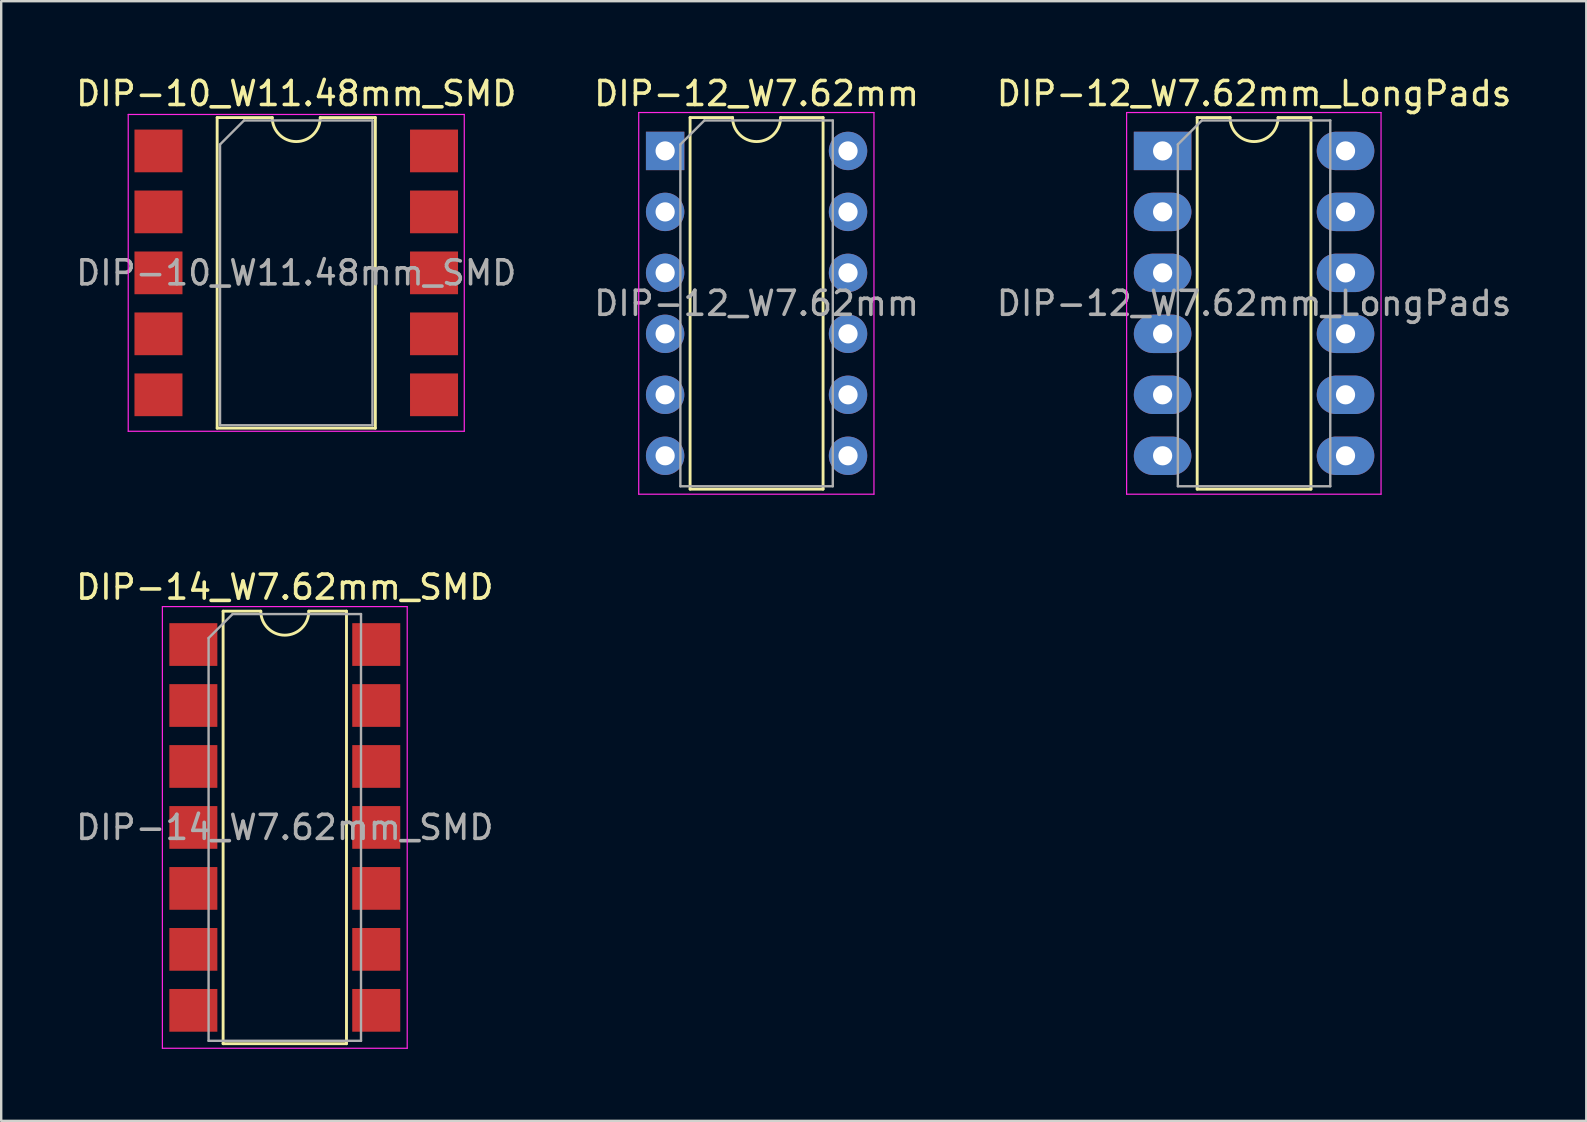
<source format=kicad_pcb>
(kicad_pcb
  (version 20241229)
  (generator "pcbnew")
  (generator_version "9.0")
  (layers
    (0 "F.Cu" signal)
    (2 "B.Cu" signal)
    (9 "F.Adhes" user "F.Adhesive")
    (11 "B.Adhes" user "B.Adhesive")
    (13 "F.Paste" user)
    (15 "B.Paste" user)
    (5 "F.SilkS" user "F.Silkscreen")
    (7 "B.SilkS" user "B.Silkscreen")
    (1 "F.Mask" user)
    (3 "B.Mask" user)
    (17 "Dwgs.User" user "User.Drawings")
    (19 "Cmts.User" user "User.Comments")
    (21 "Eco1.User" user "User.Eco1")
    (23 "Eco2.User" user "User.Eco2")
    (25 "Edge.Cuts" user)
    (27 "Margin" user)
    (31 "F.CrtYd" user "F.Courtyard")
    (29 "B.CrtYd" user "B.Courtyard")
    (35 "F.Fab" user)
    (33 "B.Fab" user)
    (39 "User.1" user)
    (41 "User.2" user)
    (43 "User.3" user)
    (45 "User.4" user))
  (footprint "DIP-12_W7.62mm_LongPads"
    (layer "F.Cu")
    (at 45.386 3.238)
    (property "Reference" "DIP-12_W7.62mm_LongPads" (at 3.81 -2.39 0) (layer "F.SilkS") (effects (font (size 1 1) (thickness 0.15))))
    (attr through_hole)
    (fp_line (start 1.44 -1.39) (end 1.44 14.09) (stroke (width 0.12) (type solid)) (layer "F.SilkS"))
    (fp_line (start 1.44 14.09) (end 6.18 14.09) (stroke (width 0.12) (type solid)) (layer "F.SilkS"))
    (fp_line (start 2.81 -1.39) (end 1.44 -1.39) (stroke (width 0.12) (type solid)) (layer "F.SilkS"))
    (fp_line (start 6.18 -1.39) (end 4.81 -1.39) (stroke (width 0.12) (type solid)) (layer "F.SilkS"))
    (fp_line (start 6.18 14.09) (end 6.18 -1.39) (stroke (width 0.12) (type solid)) (layer "F.SilkS"))
    (fp_arc (start 4.81 -1.39) (mid 3.81 -0.39) (end 2.81 -1.39) (stroke (width 0.12) (type solid)) (layer "F.SilkS"))
    (fp_line (start -1.5 -1.6) (end -1.5 14.3) (stroke (width 0.05) (type solid)) (layer "F.CrtYd"))
    (fp_line (start -1.5 14.3) (end 9.1 14.3) (stroke (width 0.05) (type solid)) (layer "F.CrtYd"))
    (fp_line (start 9.1 -1.6) (end -1.5 -1.6) (stroke (width 0.05) (type solid)) (layer "F.CrtYd"))
    (fp_line (start 9.1 14.3) (end 9.1 -1.6) (stroke (width 0.05) (type solid)) (layer "F.CrtYd"))
    (fp_line (start 0.635 -0.27) (end 1.635 -1.27) (stroke (width 0.1) (type solid)) (layer "F.Fab"))
    (fp_line (start 0.635 13.97) (end 0.635 -0.27) (stroke (width 0.1) (type solid)) (layer "F.Fab"))
    (fp_line (start 1.635 -1.27) (end 6.985 -1.27) (stroke (width 0.1) (type solid)) (layer "F.Fab"))
    (fp_line (start 6.985 -1.27) (end 6.985 13.97) (stroke (width 0.1) (type solid)) (layer "F.Fab"))
    (fp_line (start 6.985 13.97) (end 0.635 13.97) (stroke (width 0.1) (type solid)) (layer "F.Fab"))
    (fp_text user "${REFERENCE}" (at 3.81 6.35 0) (layer "F.Fab") (effects (font (size 1 1) (thickness 0.15))))
    (pad "1" thru_hole rect (at 0 0) (size 2.4 1.6) (drill 0.8) (layers "*.Cu" "*.Mask"))
    (pad "2" thru_hole oval (at 0 2.54) (size 2.4 1.6) (drill 0.8) (layers "*.Cu" "*.Mask"))
    (pad "3" thru_hole oval (at 0 5.08) (size 2.4 1.6) (drill 0.8) (layers "*.Cu" "*.Mask"))
    (pad "4" thru_hole oval (at 0 7.62) (size 2.4 1.6) (drill 0.8) (layers "*.Cu" "*.Mask"))
    (pad "5" thru_hole oval (at 0 10.16) (size 2.4 1.6) (drill 0.8) (layers "*.Cu" "*.Mask"))
    (pad "6" thru_hole oval (at 0 12.7) (size 2.4 1.6) (drill 0.8) (layers "*.Cu" "*.Mask"))
    (pad "7" thru_hole oval (at 7.62 12.7) (size 2.4 1.6) (drill 0.8) (layers "*.Cu" "*.Mask"))
    (pad "8" thru_hole oval (at 7.62 10.16) (size 2.4 1.6) (drill 0.8) (layers "*.Cu" "*.Mask"))
    (pad "9" thru_hole oval (at 7.62 7.62) (size 2.4 1.6) (drill 0.8) (layers "*.Cu" "*.Mask"))
    (pad "10" thru_hole oval (at 7.62 5.08) (size 2.4 1.6) (drill 0.8) (layers "*.Cu" "*.Mask"))
    (pad "11" thru_hole oval (at 7.62 2.54) (size 2.4 1.6) (drill 0.8) (layers "*.Cu" "*.Mask"))
    (pad "12" thru_hole oval (at 7.62 0) (size 2.4 1.6) (drill 0.8) (layers "*.Cu" "*.Mask")))
  (footprint "DIP-14_W7.62mm_SMD"
    (layer "F.Cu")
    (at 8.815 31.422)
    (property "Reference" "DIP-14_W7.62mm_SMD" (at 0 -10.01 0) (layer "F.SilkS") (effects (font (size 1 1) (thickness 0.15))))
    (attr smd)
    (fp_line (start -2.57 -9.01) (end -2.57 9.01) (stroke (width 0.12) (type solid)) (layer "F.SilkS"))
    (fp_line (start -2.57 9.01) (end 2.57 9.01) (stroke (width 0.12) (type solid)) (layer "F.SilkS"))
    (fp_line (start -1 -9.01) (end -2.57 -9.01) (stroke (width 0.12) (type solid)) (layer "F.SilkS"))
    (fp_line (start 2.57 -9.01) (end 1 -9.01) (stroke (width 0.12) (type solid)) (layer "F.SilkS"))
    (fp_line (start 2.57 9.01) (end 2.57 -9.01) (stroke (width 0.12) (type solid)) (layer "F.SilkS"))
    (fp_arc (start 1 -9.01) (mid 0 -8.01) (end -1 -9.01) (stroke (width 0.12) (type solid)) (layer "F.SilkS"))
    (fp_line (start -5.1 -9.2) (end -5.1 9.2) (stroke (width 0.05) (type solid)) (layer "F.CrtYd"))
    (fp_line (start -5.1 9.2) (end 5.1 9.2) (stroke (width 0.05) (type solid)) (layer "F.CrtYd"))
    (fp_line (start 5.1 -9.2) (end -5.1 -9.2) (stroke (width 0.05) (type solid)) (layer "F.CrtYd"))
    (fp_line (start 5.1 9.2) (end 5.1 -9.2) (stroke (width 0.05) (type solid)) (layer "F.CrtYd"))
    (fp_line (start -3.175 -7.89) (end -2.175 -8.89) (stroke (width 0.1) (type solid)) (layer "F.Fab"))
    (fp_line (start -3.175 8.89) (end -3.175 -7.89) (stroke (width 0.1) (type solid)) (layer "F.Fab"))
    (fp_line (start -2.175 -8.89) (end 3.175 -8.89) (stroke (width 0.1) (type solid)) (layer "F.Fab"))
    (fp_line (start 3.175 -8.89) (end 3.175 8.89) (stroke (width 0.1) (type solid)) (layer "F.Fab"))
    (fp_line (start 3.175 8.89) (end -3.175 8.89) (stroke (width 0.1) (type solid)) (layer "F.Fab"))
    (fp_text user "${REFERENCE}" (at 0 0 0) (layer "F.Fab") (effects (font (size 1 1) (thickness 0.15))))
    (pad "1" smd rect (at -3.81 -7.62) (size 2 1.78) (layers "F.Cu" "F.Mask" "F.Paste"))
    (pad "2" smd rect (at -3.81 -5.08) (size 2 1.78) (layers "F.Cu" "F.Mask" "F.Paste"))
    (pad "3" smd rect (at -3.81 -2.54) (size 2 1.78) (layers "F.Cu" "F.Mask" "F.Paste"))
    (pad "4" smd rect (at -3.81 0) (size 2 1.78) (layers "F.Cu" "F.Mask" "F.Paste"))
    (pad "5" smd rect (at -3.81 2.54) (size 2 1.78) (layers "F.Cu" "F.Mask" "F.Paste"))
    (pad "6" smd rect (at -3.81 5.08) (size 2 1.78) (layers "F.Cu" "F.Mask" "F.Paste"))
    (pad "7" smd rect (at -3.81 7.62) (size 2 1.78) (layers "F.Cu" "F.Mask" "F.Paste"))
    (pad "8" smd rect (at 3.81 7.62) (size 2 1.78) (layers "F.Cu" "F.Mask" "F.Paste"))
    (pad "9" smd rect (at 3.81 5.08) (size 2 1.78) (layers "F.Cu" "F.Mask" "F.Paste"))
    (pad "10" smd rect (at 3.81 2.54) (size 2 1.78) (layers "F.Cu" "F.Mask" "F.Paste"))
    (pad "11" smd rect (at 3.81 0) (size 2 1.78) (layers "F.Cu" "F.Mask" "F.Paste"))
    (pad "12" smd rect (at 3.81 -2.54) (size 2 1.78) (layers "F.Cu" "F.Mask" "F.Paste"))
    (pad "13" smd rect (at 3.81 -5.08) (size 2 1.78) (layers "F.Cu" "F.Mask" "F.Paste"))
    (pad "14" smd rect (at 3.81 -7.62) (size 2 1.78) (layers "F.Cu" "F.Mask" "F.Paste")))
  (footprint "DIP-12_W7.62mm"
    (layer "F.Cu")
    (at 24.66 3.238)
    (property "Reference" "DIP-12_W7.62mm" (at 3.81 -2.39 0) (layer "F.SilkS") (effects (font (size 1 1) (thickness 0.15))))
    (attr through_hole)
    (fp_line (start 1.04 -1.39) (end 1.04 14.09) (stroke (width 0.12) (type solid)) (layer "F.SilkS"))
    (fp_line (start 1.04 14.09) (end 6.58 14.09) (stroke (width 0.12) (type solid)) (layer "F.SilkS"))
    (fp_line (start 2.81 -1.39) (end 1.04 -1.39) (stroke (width 0.12) (type solid)) (layer "F.SilkS"))
    (fp_line (start 6.58 -1.39) (end 4.81 -1.39) (stroke (width 0.12) (type solid)) (layer "F.SilkS"))
    (fp_line (start 6.58 14.09) (end 6.58 -1.39) (stroke (width 0.12) (type solid)) (layer "F.SilkS"))
    (fp_arc (start 4.81 -1.39) (mid 3.81 -0.39) (end 2.81 -1.39) (stroke (width 0.12) (type solid)) (layer "F.SilkS"))
    (fp_line (start -1.1 -1.6) (end -1.1 14.3) (stroke (width 0.05) (type solid)) (layer "F.CrtYd"))
    (fp_line (start -1.1 14.3) (end 8.7 14.3) (stroke (width 0.05) (type solid)) (layer "F.CrtYd"))
    (fp_line (start 8.7 -1.6) (end -1.1 -1.6) (stroke (width 0.05) (type solid)) (layer "F.CrtYd"))
    (fp_line (start 8.7 14.3) (end 8.7 -1.6) (stroke (width 0.05) (type solid)) (layer "F.CrtYd"))
    (fp_line (start 0.635 -0.27) (end 1.635 -1.27) (stroke (width 0.1) (type solid)) (layer "F.Fab"))
    (fp_line (start 0.635 13.97) (end 0.635 -0.27) (stroke (width 0.1) (type solid)) (layer "F.Fab"))
    (fp_line (start 1.635 -1.27) (end 6.985 -1.27) (stroke (width 0.1) (type solid)) (layer "F.Fab"))
    (fp_line (start 6.985 -1.27) (end 6.985 13.97) (stroke (width 0.1) (type solid)) (layer "F.Fab"))
    (fp_line (start 6.985 13.97) (end 0.635 13.97) (stroke (width 0.1) (type solid)) (layer "F.Fab"))
    (fp_text user "${REFERENCE}" (at 3.81 6.35 0) (layer "F.Fab") (effects (font (size 1 1) (thickness 0.15))))
    (pad "1" thru_hole rect (at 0 0) (size 1.6 1.6) (drill 0.8) (layers "*.Cu" "*.Mask"))
    (pad "2" thru_hole oval (at 0 2.54) (size 1.6 1.6) (drill 0.8) (layers "*.Cu" "*.Mask"))
    (pad "3" thru_hole oval (at 0 5.08) (size 1.6 1.6) (drill 0.8) (layers "*.Cu" "*.Mask"))
    (pad "4" thru_hole oval (at 0 7.62) (size 1.6 1.6) (drill 0.8) (layers "*.Cu" "*.Mask"))
    (pad "5" thru_hole oval (at 0 10.16) (size 1.6 1.6) (drill 0.8) (layers "*.Cu" "*.Mask"))
    (pad "6" thru_hole oval (at 0 12.7) (size 1.6 1.6) (drill 0.8) (layers "*.Cu" "*.Mask"))
    (pad "7" thru_hole oval (at 7.62 12.7) (size 1.6 1.6) (drill 0.8) (layers "*.Cu" "*.Mask"))
    (pad "8" thru_hole oval (at 7.62 10.16) (size 1.6 1.6) (drill 0.8) (layers "*.Cu" "*.Mask"))
    (pad "9" thru_hole oval (at 7.62 7.62) (size 1.6 1.6) (drill 0.8) (layers "*.Cu" "*.Mask"))
    (pad "10" thru_hole oval (at 7.62 5.08) (size 1.6 1.6) (drill 0.8) (layers "*.Cu" "*.Mask"))
    (pad "11" thru_hole oval (at 7.62 2.54) (size 1.6 1.6) (drill 0.8) (layers "*.Cu" "*.Mask"))
    (pad "12" thru_hole oval (at 7.62 0) (size 1.6 1.6) (drill 0.8) (layers "*.Cu" "*.Mask")))
  (footprint "DIP-10_W11.48mm_SMD"
    (layer "F.Cu")
    (at 9.292 8.318)
    (property "Reference" "DIP-10_W11.48mm_SMD" (at 0 -7.47 0) (layer "F.SilkS") (effects (font (size 1 1) (thickness 0.15))))
    (attr smd)
    (fp_line (start -3.295 -6.47) (end -3.295 6.47) (stroke (width 0.12) (type solid)) (layer "F.SilkS"))
    (fp_line (start -3.295 6.47) (end 3.295 6.47) (stroke (width 0.12) (type solid)) (layer "F.SilkS"))
    (fp_line (start -1 -6.47) (end -3.295 -6.47) (stroke (width 0.12) (type solid)) (layer "F.SilkS"))
    (fp_line (start 3.295 -6.47) (end 1 -6.47) (stroke (width 0.12) (type solid)) (layer "F.SilkS"))
    (fp_line (start 3.295 6.47) (end 3.295 -6.47) (stroke (width 0.12) (type solid)) (layer "F.SilkS"))
    (fp_arc (start 1 -6.47) (mid 0 -5.47) (end -1 -6.47) (stroke (width 0.12) (type solid)) (layer "F.SilkS"))
    (fp_line (start -7 -6.6) (end -7 6.6) (stroke (width 0.05) (type solid)) (layer "F.CrtYd"))
    (fp_line (start -7 6.6) (end 7 6.6) (stroke (width 0.05) (type solid)) (layer "F.CrtYd"))
    (fp_line (start 7 -6.6) (end -7 -6.6) (stroke (width 0.05) (type solid)) (layer "F.CrtYd"))
    (fp_line (start 7 6.6) (end 7 -6.6) (stroke (width 0.05) (type solid)) (layer "F.CrtYd"))
    (fp_line (start -3.175 -5.35) (end -2.175 -6.35) (stroke (width 0.1) (type solid)) (layer "F.Fab"))
    (fp_line (start -3.175 6.35) (end -3.175 -5.35) (stroke (width 0.1) (type solid)) (layer "F.Fab"))
    (fp_line (start -2.175 -6.35) (end 3.175 -6.35) (stroke (width 0.1) (type solid)) (layer "F.Fab"))
    (fp_line (start 3.175 -6.35) (end 3.175 6.35) (stroke (width 0.1) (type solid)) (layer "F.Fab"))
    (fp_line (start 3.175 6.35) (end -3.175 6.35) (stroke (width 0.1) (type solid)) (layer "F.Fab"))
    (fp_text user "${REFERENCE}" (at 0 0 0) (layer "F.Fab") (effects (font (size 1 1) (thickness 0.15))))
    (pad "1" smd rect (at -5.74 -5.08) (size 2 1.78) (layers "F.Cu" "F.Mask" "F.Paste"))
    (pad "2" smd rect (at -5.74 -2.54) (size 2 1.78) (layers "F.Cu" "F.Mask" "F.Paste"))
    (pad "3" smd rect (at -5.74 0) (size 2 1.78) (layers "F.Cu" "F.Mask" "F.Paste"))
    (pad "4" smd rect (at -5.74 2.54) (size 2 1.78) (layers "F.Cu" "F.Mask" "F.Paste"))
    (pad "5" smd rect (at -5.74 5.08) (size 2 1.78) (layers "F.Cu" "F.Mask" "F.Paste"))
    (pad "6" smd rect (at 5.74 5.08) (size 2 1.78) (layers "F.Cu" "F.Mask" "F.Paste"))
    (pad "7" smd rect (at 5.74 2.54) (size 2 1.78) (layers "F.Cu" "F.Mask" "F.Paste"))
    (pad "8" smd rect (at 5.74 0) (size 2 1.78) (layers "F.Cu" "F.Mask" "F.Paste"))
    (pad "9" smd rect (at 5.74 -2.54) (size 2 1.78) (layers "F.Cu" "F.Mask" "F.Paste"))
    (pad "10" smd rect (at 5.74 -5.08) (size 2 1.78) (layers "F.Cu" "F.Mask" "F.Paste")))
  (gr_rect
    (start -3 -3)
    (end 63.036 43.647)
    (stroke (width 0.1) (type default))
    (fill no)
    (layer "Edge.Cuts")))
</source>
